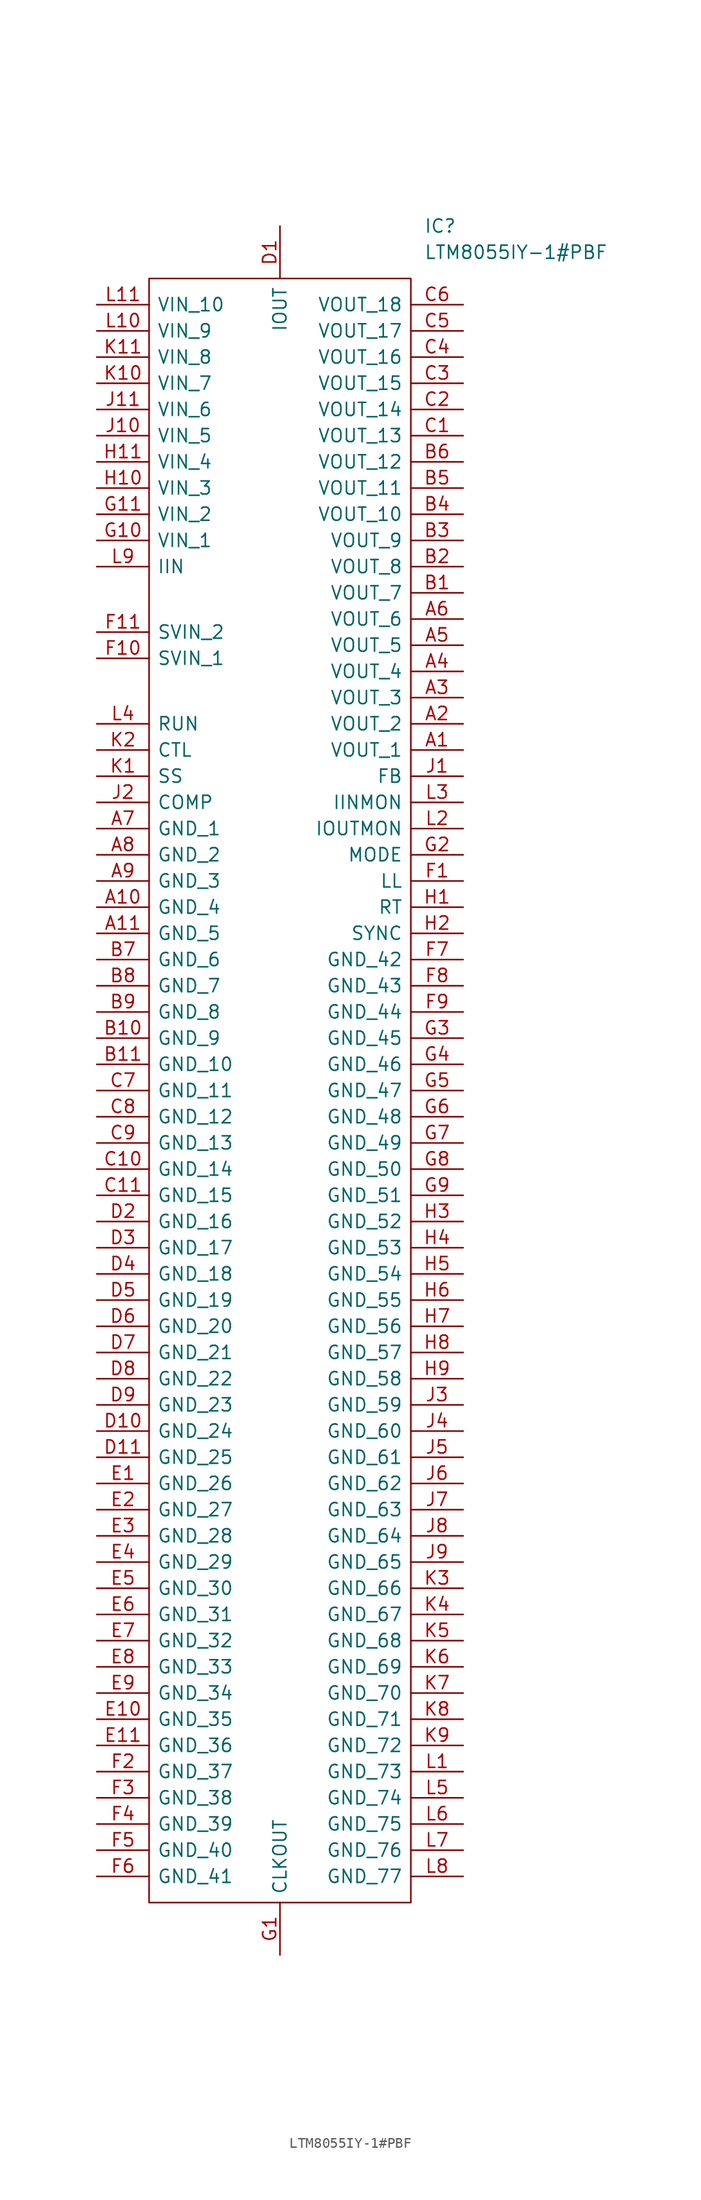
<source format=kicad_sym>
(kicad_symbol_lib
  (version 20211014)
  (generator kicad_symbol_editor)
  (symbol "LTM8055IY-1#PBF"
    (pin_names
      (offset 0.762))
    (property "Reference" "IC"
      (at 31.75 7.62 0)
      (effects (font (size 1.27 1.27)) (justify left)))
    (property "Value" "LTM8055IY-1#PBF"
      (at 31.75 5.08 0)
      (effects (font (size 1.27 1.27)) (justify left)))
    (symbol "LTM8055IY-1#PBF_0_0"
      (pin passive line (at 35.56 -43.18 180) (length 5.08) (name "VOUT_1" (effects (font (size 1.27 1.27)))) (number "A1" (effects (font (size 1.27 1.27)))))
      (pin passive line (at 0 -58.42 0) (length 5.08) (name "GND_4" (effects (font (size 1.27 1.27)))) (number "A10" (effects (font (size 1.27 1.27)))))
      (pin passive line (at 0 -60.96 0) (length 5.08) (name "GND_5" (effects (font (size 1.27 1.27)))) (number "A11" (effects (font (size 1.27 1.27)))))
      (pin passive line (at 35.56 -40.64 180) (length 5.08) (name "VOUT_2" (effects (font (size 1.27 1.27)))) (number "A2" (effects (font (size 1.27 1.27)))))
      (pin passive line (at 35.56 -38.1 180) (length 5.08) (name "VOUT_3" (effects (font (size 1.27 1.27)))) (number "A3" (effects (font (size 1.27 1.27)))))
      (pin passive line (at 35.56 -35.56 180) (length 5.08) (name "VOUT_4" (effects (font (size 1.27 1.27)))) (number "A4" (effects (font (size 1.27 1.27)))))
      (pin passive line (at 35.56 -33.02 180) (length 5.08) (name "VOUT_5" (effects (font (size 1.27 1.27)))) (number "A5" (effects (font (size 1.27 1.27)))))
      (pin passive line (at 35.56 -30.48 180) (length 5.08) (name "VOUT_6" (effects (font (size 1.27 1.27)))) (number "A6" (effects (font (size 1.27 1.27)))))
      (pin passive line (at 0 -50.8 0) (length 5.08) (name "GND_1" (effects (font (size 1.27 1.27)))) (number "A7" (effects (font (size 1.27 1.27)))))
      (pin passive line (at 0 -53.34 0) (length 5.08) (name "GND_2" (effects (font (size 1.27 1.27)))) (number "A8" (effects (font (size 1.27 1.27)))))
      (pin passive line (at 0 -55.88 0) (length 5.08) (name "GND_3" (effects (font (size 1.27 1.27)))) (number "A9" (effects (font (size 1.27 1.27)))))
      (pin passive line (at 35.56 -27.94 180) (length 5.08) (name "VOUT_7" (effects (font (size 1.27 1.27)))) (number "B1" (effects (font (size 1.27 1.27)))))
      (pin passive line (at 0 -71.12 0) (length 5.08) (name "GND_9" (effects (font (size 1.27 1.27)))) (number "B10" (effects (font (size 1.27 1.27)))))
      (pin passive line (at 0 -73.66 0) (length 5.08) (name "GND_10" (effects (font (size 1.27 1.27)))) (number "B11" (effects (font (size 1.27 1.27)))))
      (pin passive line (at 35.56 -25.4 180) (length 5.08) (name "VOUT_8" (effects (font (size 1.27 1.27)))) (number "B2" (effects (font (size 1.27 1.27)))))
      (pin passive line (at 35.56 -22.86 180) (length 5.08) (name "VOUT_9" (effects (font (size 1.27 1.27)))) (number "B3" (effects (font (size 1.27 1.27)))))
      (pin passive line (at 35.56 -20.32 180) (length 5.08) (name "VOUT_10" (effects (font (size 1.27 1.27)))) (number "B4" (effects (font (size 1.27 1.27)))))
      (pin passive line (at 35.56 -17.78 180) (length 5.08) (name "VOUT_11" (effects (font (size 1.27 1.27)))) (number "B5" (effects (font (size 1.27 1.27)))))
      (pin passive line (at 35.56 -15.24 180) (length 5.08) (name "VOUT_12" (effects (font (size 1.27 1.27)))) (number "B6" (effects (font (size 1.27 1.27)))))
      (pin passive line (at 0 -63.5 0) (length 5.08) (name "GND_6" (effects (font (size 1.27 1.27)))) (number "B7" (effects (font (size 1.27 1.27)))))
      (pin passive line (at 0 -66.04 0) (length 5.08) (name "GND_7" (effects (font (size 1.27 1.27)))) (number "B8" (effects (font (size 1.27 1.27)))))
      (pin passive line (at 0 -68.58 0) (length 5.08) (name "GND_8" (effects (font (size 1.27 1.27)))) (number "B9" (effects (font (size 1.27 1.27)))))
      (pin passive line (at 35.56 -12.7 180) (length 5.08) (name "VOUT_13" (effects (font (size 1.27 1.27)))) (number "C1" (effects (font (size 1.27 1.27)))))
      (pin passive line (at 0 -83.82 0) (length 5.08) (name "GND_14" (effects (font (size 1.27 1.27)))) (number "C10" (effects (font (size 1.27 1.27)))))
      (pin passive line (at 0 -86.36 0) (length 5.08) (name "GND_15" (effects (font (size 1.27 1.27)))) (number "C11" (effects (font (size 1.27 1.27)))))
      (pin passive line (at 35.56 -10.16 180) (length 5.08) (name "VOUT_14" (effects (font (size 1.27 1.27)))) (number "C2" (effects (font (size 1.27 1.27)))))
      (pin passive line (at 35.56 -7.62 180) (length 5.08) (name "VOUT_15" (effects (font (size 1.27 1.27)))) (number "C3" (effects (font (size 1.27 1.27)))))
      (pin passive line (at 35.56 -5.08 180) (length 5.08) (name "VOUT_16" (effects (font (size 1.27 1.27)))) (number "C4" (effects (font (size 1.27 1.27)))))
      (pin passive line (at 35.56 -2.54 180) (length 5.08) (name "VOUT_17" (effects (font (size 1.27 1.27)))) (number "C5" (effects (font (size 1.27 1.27)))))
      (pin passive line (at 35.56 0 180) (length 5.08) (name "VOUT_18" (effects (font (size 1.27 1.27)))) (number "C6" (effects (font (size 1.27 1.27)))))
      (pin passive line (at 0 -76.2 0) (length 5.08) (name "GND_11" (effects (font (size 1.27 1.27)))) (number "C7" (effects (font (size 1.27 1.27)))))
      (pin passive line (at 0 -78.74 0) (length 5.08) (name "GND_12" (effects (font (size 1.27 1.27)))) (number "C8" (effects (font (size 1.27 1.27)))))
      (pin passive line (at 0 -81.28 0) (length 5.08) (name "GND_13" (effects (font (size 1.27 1.27)))) (number "C9" (effects (font (size 1.27 1.27)))))
      (pin passive line (at 17.78 7.62 270) (length 5.08) (name "IOUT" (effects (font (size 1.27 1.27)))) (number "D1" (effects (font (size 1.27 1.27)))))
      (pin passive line (at 0 -109.22 0) (length 5.08) (name "GND_24" (effects (font (size 1.27 1.27)))) (number "D10" (effects (font (size 1.27 1.27)))))
      (pin passive line (at 0 -111.76 0) (length 5.08) (name "GND_25" (effects (font (size 1.27 1.27)))) (number "D11" (effects (font (size 1.27 1.27)))))
      (pin passive line (at 0 -88.9 0) (length 5.08) (name "GND_16" (effects (font (size 1.27 1.27)))) (number "D2" (effects (font (size 1.27 1.27)))))
      (pin passive line (at 0 -91.44 0) (length 5.08) (name "GND_17" (effects (font (size 1.27 1.27)))) (number "D3" (effects (font (size 1.27 1.27)))))
      (pin passive line (at 0 -93.98 0) (length 5.08) (name "GND_18" (effects (font (size 1.27 1.27)))) (number "D4" (effects (font (size 1.27 1.27)))))
      (pin passive line (at 0 -96.52 0) (length 5.08) (name "GND_19" (effects (font (size 1.27 1.27)))) (number "D5" (effects (font (size 1.27 1.27)))))
      (pin passive line (at 0 -99.06 0) (length 5.08) (name "GND_20" (effects (font (size 1.27 1.27)))) (number "D6" (effects (font (size 1.27 1.27)))))
      (pin passive line (at 0 -101.6 0) (length 5.08) (name "GND_21" (effects (font (size 1.27 1.27)))) (number "D7" (effects (font (size 1.27 1.27)))))
      (pin passive line (at 0 -104.14 0) (length 5.08) (name "GND_22" (effects (font (size 1.27 1.27)))) (number "D8" (effects (font (size 1.27 1.27)))))
      (pin passive line (at 0 -106.68 0) (length 5.08) (name "GND_23" (effects (font (size 1.27 1.27)))) (number "D9" (effects (font (size 1.27 1.27)))))
      (pin passive line (at 0 -114.3 0) (length 5.08) (name "GND_26" (effects (font (size 1.27 1.27)))) (number "E1" (effects (font (size 1.27 1.27)))))
      (pin passive line (at 0 -137.16 0) (length 5.08) (name "GND_35" (effects (font (size 1.27 1.27)))) (number "E10" (effects (font (size 1.27 1.27)))))
      (pin passive line (at 0 -139.7 0) (length 5.08) (name "GND_36" (effects (font (size 1.27 1.27)))) (number "E11" (effects (font (size 1.27 1.27)))))
      (pin passive line (at 0 -116.84 0) (length 5.08) (name "GND_27" (effects (font (size 1.27 1.27)))) (number "E2" (effects (font (size 1.27 1.27)))))
      (pin passive line (at 0 -119.38 0) (length 5.08) (name "GND_28" (effects (font (size 1.27 1.27)))) (number "E3" (effects (font (size 1.27 1.27)))))
      (pin passive line (at 0 -121.92 0) (length 5.08) (name "GND_29" (effects (font (size 1.27 1.27)))) (number "E4" (effects (font (size 1.27 1.27)))))
      (pin passive line (at 0 -124.46 0) (length 5.08) (name "GND_30" (effects (font (size 1.27 1.27)))) (number "E5" (effects (font (size 1.27 1.27)))))
      (pin passive line (at 0 -127 0) (length 5.08) (name "GND_31" (effects (font (size 1.27 1.27)))) (number "E6" (effects (font (size 1.27 1.27)))))
      (pin passive line (at 0 -129.54 0) (length 5.08) (name "GND_32" (effects (font (size 1.27 1.27)))) (number "E7" (effects (font (size 1.27 1.27)))))
      (pin passive line (at 0 -132.08 0) (length 5.08) (name "GND_33" (effects (font (size 1.27 1.27)))) (number "E8" (effects (font (size 1.27 1.27)))))
      (pin passive line (at 0 -134.62 0) (length 5.08) (name "GND_34" (effects (font (size 1.27 1.27)))) (number "E9" (effects (font (size 1.27 1.27)))))
      (pin passive line (at 35.56 -55.88 180) (length 5.08) (name "LL" (effects (font (size 1.27 1.27)))) (number "F1" (effects (font (size 1.27 1.27)))))
      (pin passive line (at 0 -34.29 0) (length 5.08) (name "SVIN_1" (effects (font (size 1.27 1.27)))) (number "F10" (effects (font (size 1.27 1.27)))))
      (pin passive line (at 0 -31.75 0) (length 5.08) (name "SVIN_2" (effects (font (size 1.27 1.27)))) (number "F11" (effects (font (size 1.27 1.27)))))
      (pin passive line (at 0 -142.24 0) (length 5.08) (name "GND_37" (effects (font (size 1.27 1.27)))) (number "F2" (effects (font (size 1.27 1.27)))))
      (pin passive line (at 0 -144.78 0) (length 5.08) (name "GND_38" (effects (font (size 1.27 1.27)))) (number "F3" (effects (font (size 1.27 1.27)))))
      (pin passive line (at 0 -147.32 0) (length 5.08) (name "GND_39" (effects (font (size 1.27 1.27)))) (number "F4" (effects (font (size 1.27 1.27)))))
      (pin passive line (at 0 -149.86 0) (length 5.08) (name "GND_40" (effects (font (size 1.27 1.27)))) (number "F5" (effects (font (size 1.27 1.27)))))
      (pin passive line (at 0 -152.4 0) (length 5.08) (name "GND_41" (effects (font (size 1.27 1.27)))) (number "F6" (effects (font (size 1.27 1.27)))))
      (pin passive line (at 35.56 -63.5 180) (length 5.08) (name "GND_42" (effects (font (size 1.27 1.27)))) (number "F7" (effects (font (size 1.27 1.27)))))
      (pin passive line (at 35.56 -66.04 180) (length 5.08) (name "GND_43" (effects (font (size 1.27 1.27)))) (number "F8" (effects (font (size 1.27 1.27)))))
      (pin passive line (at 35.56 -68.58 180) (length 5.08) (name "GND_44" (effects (font (size 1.27 1.27)))) (number "F9" (effects (font (size 1.27 1.27)))))
      (pin passive line (at 17.78 -160.02 90) (length 5.08) (name "CLKOUT" (effects (font (size 1.27 1.27)))) (number "G1" (effects (font (size 1.27 1.27)))))
      (pin passive line (at 0 -22.86 0) (length 5.08) (name "VIN_1" (effects (font (size 1.27 1.27)))) (number "G10" (effects (font (size 1.27 1.27)))))
      (pin passive line (at 0 -20.32 0) (length 5.08) (name "VIN_2" (effects (font (size 1.27 1.27)))) (number "G11" (effects (font (size 1.27 1.27)))))
      (pin passive line (at 35.56 -53.34 180) (length 5.08) (name "MODE" (effects (font (size 1.27 1.27)))) (number "G2" (effects (font (size 1.27 1.27)))))
      (pin passive line (at 35.56 -71.12 180) (length 5.08) (name "GND_45" (effects (font (size 1.27 1.27)))) (number "G3" (effects (font (size 1.27 1.27)))))
      (pin passive line (at 35.56 -73.66 180) (length 5.08) (name "GND_46" (effects (font (size 1.27 1.27)))) (number "G4" (effects (font (size 1.27 1.27)))))
      (pin passive line (at 35.56 -76.2 180) (length 5.08) (name "GND_47" (effects (font (size 1.27 1.27)))) (number "G5" (effects (font (size 1.27 1.27)))))
      (pin passive line (at 35.56 -78.74 180) (length 5.08) (name "GND_48" (effects (font (size 1.27 1.27)))) (number "G6" (effects (font (size 1.27 1.27)))))
      (pin passive line (at 35.56 -81.28 180) (length 5.08) (name "GND_49" (effects (font (size 1.27 1.27)))) (number "G7" (effects (font (size 1.27 1.27)))))
      (pin passive line (at 35.56 -83.82 180) (length 5.08) (name "GND_50" (effects (font (size 1.27 1.27)))) (number "G8" (effects (font (size 1.27 1.27)))))
      (pin passive line (at 35.56 -86.36 180) (length 5.08) (name "GND_51" (effects (font (size 1.27 1.27)))) (number "G9" (effects (font (size 1.27 1.27)))))
      (pin passive line (at 35.56 -58.42 180) (length 5.08) (name "RT" (effects (font (size 1.27 1.27)))) (number "H1" (effects (font (size 1.27 1.27)))))
      (pin passive line (at 0 -17.78 0) (length 5.08) (name "VIN_3" (effects (font (size 1.27 1.27)))) (number "H10" (effects (font (size 1.27 1.27)))))
      (pin passive line (at 0 -15.24 0) (length 5.08) (name "VIN_4" (effects (font (size 1.27 1.27)))) (number "H11" (effects (font (size 1.27 1.27)))))
      (pin passive line (at 35.56 -60.96 180) (length 5.08) (name "SYNC" (effects (font (size 1.27 1.27)))) (number "H2" (effects (font (size 1.27 1.27)))))
      (pin passive line (at 35.56 -88.9 180) (length 5.08) (name "GND_52" (effects (font (size 1.27 1.27)))) (number "H3" (effects (font (size 1.27 1.27)))))
      (pin passive line (at 35.56 -91.44 180) (length 5.08) (name "GND_53" (effects (font (size 1.27 1.27)))) (number "H4" (effects (font (size 1.27 1.27)))))
      (pin passive line (at 35.56 -93.98 180) (length 5.08) (name "GND_54" (effects (font (size 1.27 1.27)))) (number "H5" (effects (font (size 1.27 1.27)))))
      (pin passive line (at 35.56 -96.52 180) (length 5.08) (name "GND_55" (effects (font (size 1.27 1.27)))) (number "H6" (effects (font (size 1.27 1.27)))))
      (pin passive line (at 35.56 -99.06 180) (length 5.08) (name "GND_56" (effects (font (size 1.27 1.27)))) (number "H7" (effects (font (size 1.27 1.27)))))
      (pin passive line (at 35.56 -101.6 180) (length 5.08) (name "GND_57" (effects (font (size 1.27 1.27)))) (number "H8" (effects (font (size 1.27 1.27)))))
      (pin passive line (at 35.56 -104.14 180) (length 5.08) (name "GND_58" (effects (font (size 1.27 1.27)))) (number "H9" (effects (font (size 1.27 1.27)))))
      (pin passive line (at 35.56 -45.72 180) (length 5.08) (name "FB" (effects (font (size 1.27 1.27)))) (number "J1" (effects (font (size 1.27 1.27)))))
      (pin passive line (at 0 -12.7 0) (length 5.08) (name "VIN_5" (effects (font (size 1.27 1.27)))) (number "J10" (effects (font (size 1.27 1.27)))))
      (pin passive line (at 0 -10.16 0) (length 5.08) (name "VIN_6" (effects (font (size 1.27 1.27)))) (number "J11" (effects (font (size 1.27 1.27)))))
      (pin passive line (at 0 -48.26 0) (length 5.08) (name "COMP" (effects (font (size 1.27 1.27)))) (number "J2" (effects (font (size 1.27 1.27)))))
      (pin passive line (at 35.56 -106.68 180) (length 5.08) (name "GND_59" (effects (font (size 1.27 1.27)))) (number "J3" (effects (font (size 1.27 1.27)))))
      (pin passive line (at 35.56 -109.22 180) (length 5.08) (name "GND_60" (effects (font (size 1.27 1.27)))) (number "J4" (effects (font (size 1.27 1.27)))))
      (pin passive line (at 35.56 -111.76 180) (length 5.08) (name "GND_61" (effects (font (size 1.27 1.27)))) (number "J5" (effects (font (size 1.27 1.27)))))
      (pin passive line (at 35.56 -114.3 180) (length 5.08) (name "GND_62" (effects (font (size 1.27 1.27)))) (number "J6" (effects (font (size 1.27 1.27)))))
      (pin passive line (at 35.56 -116.84 180) (length 5.08) (name "GND_63" (effects (font (size 1.27 1.27)))) (number "J7" (effects (font (size 1.27 1.27)))))
      (pin passive line (at 35.56 -119.38 180) (length 5.08) (name "GND_64" (effects (font (size 1.27 1.27)))) (number "J8" (effects (font (size 1.27 1.27)))))
      (pin passive line (at 35.56 -121.92 180) (length 5.08) (name "GND_65" (effects (font (size 1.27 1.27)))) (number "J9" (effects (font (size 1.27 1.27)))))
      (pin passive line (at 0 -45.72 0) (length 5.08) (name "SS" (effects (font (size 1.27 1.27)))) (number "K1" (effects (font (size 1.27 1.27)))))
      (pin passive line (at 0 -7.62 0) (length 5.08) (name "VIN_7" (effects (font (size 1.27 1.27)))) (number "K10" (effects (font (size 1.27 1.27)))))
      (pin passive line (at 0 -5.08 0) (length 5.08) (name "VIN_8" (effects (font (size 1.27 1.27)))) (number "K11" (effects (font (size 1.27 1.27)))))
      (pin passive line (at 0 -43.18 0) (length 5.08) (name "CTL" (effects (font (size 1.27 1.27)))) (number "K2" (effects (font (size 1.27 1.27)))))
      (pin passive line (at 35.56 -124.46 180) (length 5.08) (name "GND_66" (effects (font (size 1.27 1.27)))) (number "K3" (effects (font (size 1.27 1.27)))))
      (pin passive line (at 35.56 -127 180) (length 5.08) (name "GND_67" (effects (font (size 1.27 1.27)))) (number "K4" (effects (font (size 1.27 1.27)))))
      (pin passive line (at 35.56 -129.54 180) (length 5.08) (name "GND_68" (effects (font (size 1.27 1.27)))) (number "K5" (effects (font (size 1.27 1.27)))))
      (pin passive line (at 35.56 -132.08 180) (length 5.08) (name "GND_69" (effects (font (size 1.27 1.27)))) (number "K6" (effects (font (size 1.27 1.27)))))
      (pin passive line (at 35.56 -134.62 180) (length 5.08) (name "GND_70" (effects (font (size 1.27 1.27)))) (number "K7" (effects (font (size 1.27 1.27)))))
      (pin passive line (at 35.56 -137.16 180) (length 5.08) (name "GND_71" (effects (font (size 1.27 1.27)))) (number "K8" (effects (font (size 1.27 1.27)))))
      (pin passive line (at 35.56 -139.7 180) (length 5.08) (name "GND_72" (effects (font (size 1.27 1.27)))) (number "K9" (effects (font (size 1.27 1.27)))))
      (pin passive line (at 35.56 -142.24 180) (length 5.08) (name "GND_73" (effects (font (size 1.27 1.27)))) (number "L1" (effects (font (size 1.27 1.27)))))
      (pin passive line (at 0 -2.54 0) (length 5.08) (name "VIN_9" (effects (font (size 1.27 1.27)))) (number "L10" (effects (font (size 1.27 1.27)))))
      (pin passive line (at 0 0 0) (length 5.08) (name "VIN_10" (effects (font (size 1.27 1.27)))) (number "L11" (effects (font (size 1.27 1.27)))))
      (pin passive line (at 35.56 -50.8 180) (length 5.08) (name "IOUTMON" (effects (font (size 1.27 1.27)))) (number "L2" (effects (font (size 1.27 1.27)))))
      (pin passive line (at 35.56 -48.26 180) (length 5.08) (name "IINMON" (effects (font (size 1.27 1.27)))) (number "L3" (effects (font (size 1.27 1.27)))))
      (pin passive line (at 0 -40.64 0) (length 5.08) (name "RUN" (effects (font (size 1.27 1.27)))) (number "L4" (effects (font (size 1.27 1.27)))))
      (pin passive line (at 35.56 -144.78 180) (length 5.08) (name "GND_74" (effects (font (size 1.27 1.27)))) (number "L5" (effects (font (size 1.27 1.27)))))
      (pin passive line (at 35.56 -147.32 180) (length 5.08) (name "GND_75" (effects (font (size 1.27 1.27)))) (number "L6" (effects (font (size 1.27 1.27)))))
      (pin passive line (at 35.56 -149.86 180) (length 5.08) (name "GND_76" (effects (font (size 1.27 1.27)))) (number "L7" (effects (font (size 1.27 1.27)))))
      (pin passive line (at 35.56 -152.4 180) (length 5.08) (name "GND_77" (effects (font (size 1.27 1.27)))) (number "L8" (effects (font (size 1.27 1.27)))))
      (pin passive line (at 0 -25.4 0) (length 5.08) (name "IIN" (effects (font (size 1.27 1.27)))) (number "L9" (effects (font (size 1.27 1.27))))))
    (symbol "LTM8055IY-1#PBF_0_1"
      (polyline (pts (xy 5.08 2.54) (xy 30.48 2.54) (xy 30.48 -154.94) (xy 5.08 -154.94) (xy 5.08 2.54)) (stroke (width 0.152) (type default) (color 0 0 0 0)) (fill (type none))))))
</source>
